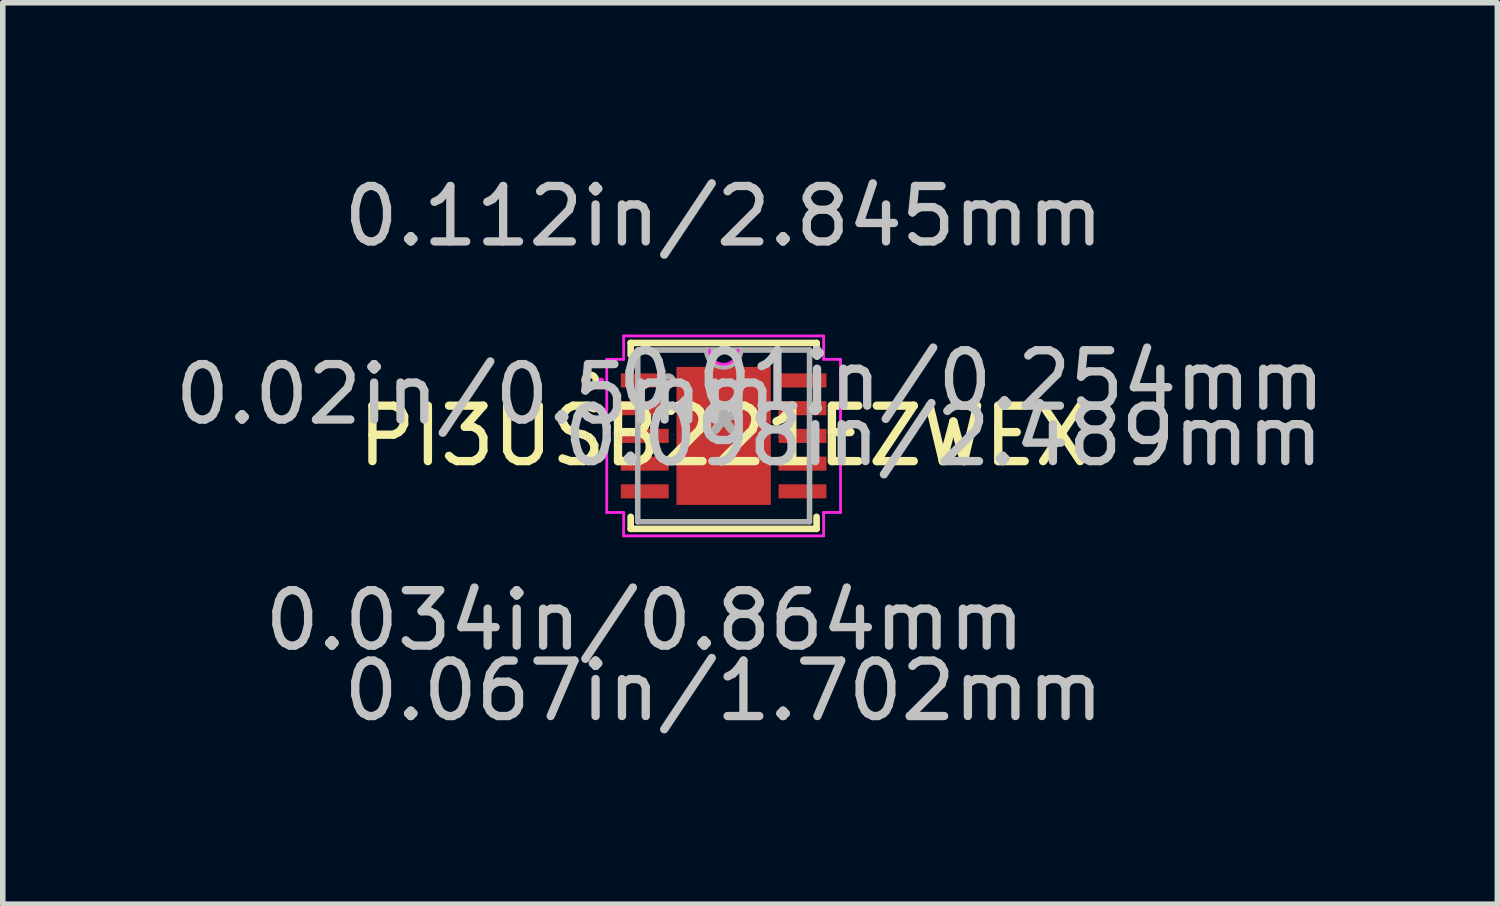
<source format=kicad_pcb>
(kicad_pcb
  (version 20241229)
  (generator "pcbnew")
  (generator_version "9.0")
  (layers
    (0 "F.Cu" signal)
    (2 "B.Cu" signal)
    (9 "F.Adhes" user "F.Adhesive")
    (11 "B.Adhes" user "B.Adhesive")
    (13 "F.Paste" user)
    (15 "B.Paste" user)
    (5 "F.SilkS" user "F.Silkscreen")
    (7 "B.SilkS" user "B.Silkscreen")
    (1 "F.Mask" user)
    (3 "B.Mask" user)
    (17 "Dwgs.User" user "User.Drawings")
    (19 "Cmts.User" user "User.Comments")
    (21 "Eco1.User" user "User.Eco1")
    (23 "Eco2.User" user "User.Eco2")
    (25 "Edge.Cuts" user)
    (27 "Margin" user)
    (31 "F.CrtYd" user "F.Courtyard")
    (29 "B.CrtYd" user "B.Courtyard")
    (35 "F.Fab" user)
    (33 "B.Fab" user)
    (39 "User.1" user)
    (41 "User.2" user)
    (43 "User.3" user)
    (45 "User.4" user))
  (footprint "PI3USB221EZWEX"
    (layer "F.Cu")
    (at 10 4.811)
    (property "Reference" "PI3USB221EZWEX" (at 0 0 0) (layer "F.SilkS") (effects (font (size 1 1) (thickness 0.15))))
    (attr through_hole)
    (fp_line (start -1.676 -1.676) (end -1.676 -1.46) (stroke (width 0.12) (type solid)) (layer "F.SilkS"))
    (fp_line (start -1.676 1.46) (end -1.676 1.676) (stroke (width 0.12) (type solid)) (layer "F.SilkS"))
    (fp_line (start -1.676 1.676) (end 1.676 1.676) (stroke (width 0.12) (type solid)) (layer "F.SilkS"))
    (fp_line (start 1.676 -1.676) (end -1.676 -1.676) (stroke (width 0.12) (type solid)) (layer "F.SilkS"))
    (fp_line (start 1.676 -1.46) (end 1.676 -1.676) (stroke (width 0.12) (type solid)) (layer "F.SilkS"))
    (fp_line (start 1.676 1.676) (end 1.676 1.46) (stroke (width 0.12) (type solid)) (layer "F.SilkS"))
    (fp_circle (center -2.405 -1) (end -2.303 -1) (stroke (width 0.12) (type solid)) (fill no) (layer "F.SilkS"))
    (fp_line (start -2.108 -1.381) (end -1.803 -1.381) (stroke (width 0.05) (type solid)) (layer "F.CrtYd"))
    (fp_line (start -2.108 1.381) (end -2.108 -1.381) (stroke (width 0.05) (type solid)) (layer "F.CrtYd"))
    (fp_line (start -1.803 -1.803) (end 1.803 -1.803) (stroke (width 0.05) (type solid)) (layer "F.CrtYd"))
    (fp_line (start -1.803 -1.381) (end -1.803 -1.803) (stroke (width 0.05) (type solid)) (layer "F.CrtYd"))
    (fp_line (start -1.803 1.381) (end -2.108 1.381) (stroke (width 0.05) (type solid)) (layer "F.CrtYd"))
    (fp_line (start -1.803 1.803) (end -1.803 1.381) (stroke (width 0.05) (type solid)) (layer "F.CrtYd"))
    (fp_line (start 1.803 -1.803) (end 1.803 -1.381) (stroke (width 0.05) (type solid)) (layer "F.CrtYd"))
    (fp_line (start 1.803 -1.381) (end 2.108 -1.381) (stroke (width 0.05) (type solid)) (layer "F.CrtYd"))
    (fp_line (start 1.803 1.381) (end 1.803 1.803) (stroke (width 0.05) (type solid)) (layer "F.CrtYd"))
    (fp_line (start 1.803 1.803) (end -1.803 1.803) (stroke (width 0.05) (type solid)) (layer "F.CrtYd"))
    (fp_line (start 2.108 -1.381) (end 2.108 1.381) (stroke (width 0.05) (type solid)) (layer "F.CrtYd"))
    (fp_line (start 2.108 1.381) (end 1.803 1.381) (stroke (width 0.05) (type solid)) (layer "F.CrtYd"))
    (fp_arc (start 0.258233 -1.5494) (mid 0 -1.291167) (end -0.258233 -1.5494) (stroke (width 0.05) (type solid)) (layer "F.CrtYd"))
    (fp_circle (center -2.206 -1) (end -2.206 -1) (stroke (width 0.05) (type solid)) (fill no) (layer "F.CrtYd"))
    (fp_line (start -1.549 -1.549) (end -1.549 1.549) (stroke (width 0.1) (type solid)) (layer "F.Fab"))
    (fp_line (start -1.549 1.549) (end 1.549 1.549) (stroke (width 0.1) (type solid)) (layer "F.Fab"))
    (fp_line (start 1.549 -1.549) (end -1.549 -1.549) (stroke (width 0.1) (type solid)) (layer "F.Fab"))
    (fp_line (start 1.549 1.549) (end 1.549 -1.549) (stroke (width 0.1) (type solid)) (layer "F.Fab"))
    (fp_arc (start 0.3048 -1.5494) (mid 0 -1.2446) (end -0.3048 -1.5494) (stroke (width 0.1) (type solid)) (layer "F.Fab"))
    (fp_circle (center -0.991 -1) (end -0.914 -1) (stroke (width 0.1) (type solid)) (fill no) (layer "F.Fab"))
    (fp_text user "*" (at 0 0 0) (layer "F.SilkS") (effects (font (size 1 1) (thickness 0.15))))
    (fp_text user "0.067in/1.702mm" (at 0 4.597 0) (layer "Dwgs.User") (effects (font (size 1 1) (thickness 0.15))))
    (fp_text user "0.112in/2.845mm" (at 0 -3.962 0) (layer "Dwgs.User") (effects (font (size 1 1) (thickness 0.15))))
    (fp_text user "0.02in/0.5mm" (at -4.47 -0.75 0) (layer "Dwgs.User") (effects (font (size 1 1) (thickness 0.15))))
    (fp_text user "0.01in/0.254mm" (at 4.47 -1 0) (layer "Dwgs.User") (effects (font (size 1 1) (thickness 0.15))))
    (fp_text user "0.034in/0.864mm" (at -1.422 3.327 0) (layer "Dwgs.User") (effects (font (size 1 1) (thickness 0.15))))
    (fp_text user "0.098in/2.489mm" (at 3.962 0 0) (layer "Dwgs.User") (effects (font (size 1 1) (thickness 0.15))))
    (fp_text user "Copyright 2021 Accelerated Designs. All rights reserved." (at 0 0 0) (layer "Cmts.User") (effects (font (size 0.127 0.127) (thickness 0.002))))
    (fp_text user "*" (at 0 0 0) (layer "F.Fab") (effects (font (size 1 1) (thickness 0.15))))
    (pad "1" smd rect (at -1.422 -1) (size 0.864 0.254) (layers "F.Cu" "F.Mask" "F.Paste"))
    (pad "2" smd rect (at -1.422 -0.5) (size 0.864 0.254) (layers "F.Cu" "F.Mask" "F.Paste"))
    (pad "3" smd rect (at -1.422 0) (size 0.864 0.254) (layers "F.Cu" "F.Mask" "F.Paste"))
    (pad "4" smd rect (at -1.422 0.5) (size 0.864 0.254) (layers "F.Cu" "F.Mask" "F.Paste"))
    (pad "5" smd rect (at -1.422 1) (size 0.864 0.254) (layers "F.Cu" "F.Mask" "F.Paste"))
    (pad "6" smd rect (at 1.422 1) (size 0.864 0.254) (layers "F.Cu" "F.Mask" "F.Paste"))
    (pad "7" smd rect (at 1.422 0.5) (size 0.864 0.254) (layers "F.Cu" "F.Mask" "F.Paste"))
    (pad "8" smd rect (at 1.422 0) (size 0.864 0.254) (layers "F.Cu" "F.Mask" "F.Paste"))
    (pad "9" smd rect (at 1.422 -0.5) (size 0.864 0.254) (layers "F.Cu" "F.Mask" "F.Paste"))
    (pad "10" smd rect (at 1.422 -1) (size 0.864 0.254) (layers "F.Cu" "F.Mask" "F.Paste"))
    (pad "11" smd rect (at 0 0) (size 1.702 2.489) (layers "F.Cu" "F.Mask" "F.Paste")))
  (gr_rect
    (start -3 -3)
    (end 23.953 13.256)
    (stroke (width 0.1) (type default))
    (fill no)
    (layer "Edge.Cuts")))
</source>
